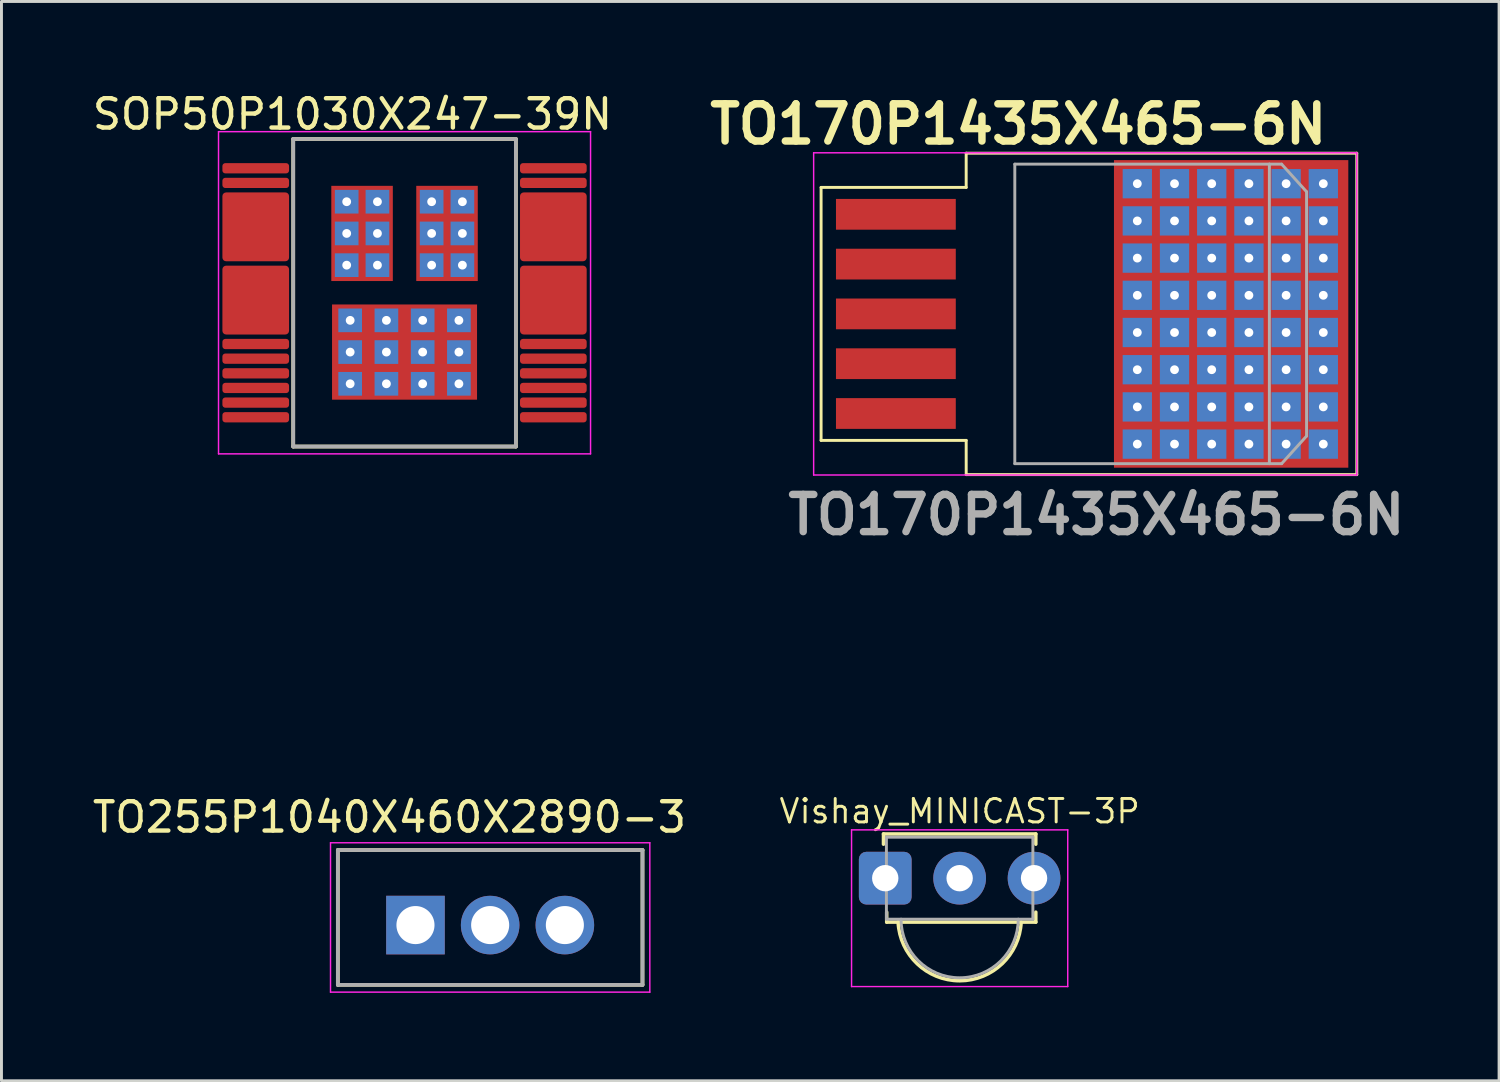
<source format=kicad_pcb>
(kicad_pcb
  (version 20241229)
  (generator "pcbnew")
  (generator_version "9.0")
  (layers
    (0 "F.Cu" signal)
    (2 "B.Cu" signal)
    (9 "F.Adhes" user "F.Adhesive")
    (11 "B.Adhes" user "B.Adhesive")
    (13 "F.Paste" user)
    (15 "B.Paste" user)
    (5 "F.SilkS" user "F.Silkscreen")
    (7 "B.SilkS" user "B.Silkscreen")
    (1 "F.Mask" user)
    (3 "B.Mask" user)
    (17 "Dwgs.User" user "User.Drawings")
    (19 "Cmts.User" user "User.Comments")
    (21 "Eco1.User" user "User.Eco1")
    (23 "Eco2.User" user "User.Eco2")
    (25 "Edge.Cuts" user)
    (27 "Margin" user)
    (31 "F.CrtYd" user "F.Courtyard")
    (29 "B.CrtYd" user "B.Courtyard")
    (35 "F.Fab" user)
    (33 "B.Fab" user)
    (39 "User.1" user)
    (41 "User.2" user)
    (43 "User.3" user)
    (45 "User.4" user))
  (footprint "TO255P1040X460X2890-3"
    (layer "F.Cu")
    (at 11.133 28.53)
    (property "Reference" "TO255P1040X460X2890-3" (at -0.889 -3.683 0) (layer "F.SilkS") (effects (font (size 1 1) (thickness 0.15))))
    (attr through_hole)
    (fp_line (start -2.65 -2.56) (end 7.75 -2.56) (stroke (width 0.127) (type solid)) (layer "F.SilkS"))
    (fp_line (start -2.65 2.04) (end -2.65 -2.56) (stroke (width 0.127) (type solid)) (layer "F.SilkS"))
    (fp_line (start 7.75 -2.56) (end 7.75 2.04) (stroke (width 0.127) (type solid)) (layer "F.SilkS"))
    (fp_line (start 7.75 2.04) (end -2.65 2.04) (stroke (width 0.127) (type solid)) (layer "F.SilkS"))
    (fp_line (start -2.9 -2.81) (end -2.9 2.29) (stroke (width 0.05) (type solid)) (layer "F.CrtYd"))
    (fp_line (start -2.9 2.29) (end 8 2.29) (stroke (width 0.05) (type solid)) (layer "F.CrtYd"))
    (fp_line (start 8 -2.81) (end -2.9 -2.81) (stroke (width 0.05) (type solid)) (layer "F.CrtYd"))
    (fp_line (start 8 2.29) (end 8 -2.81) (stroke (width 0.05) (type solid)) (layer "F.CrtYd"))
    (fp_line (start -2.65 -2.56) (end 7.75 -2.56) (stroke (width 0.127) (type solid)) (layer "F.Fab"))
    (fp_line (start -2.65 2.04) (end -2.65 -2.56) (stroke (width 0.127) (type solid)) (layer "F.Fab"))
    (fp_line (start 7.75 -2.56) (end 7.75 2.04) (stroke (width 0.127) (type solid)) (layer "F.Fab"))
    (fp_line (start 7.75 2.04) (end -2.65 2.04) (stroke (width 0.127) (type solid)) (layer "F.Fab"))
    (pad "1" thru_hole rect (at 0 0) (size 2 2) (drill 1.3) (layers "*.Cu" "*.Mask"))
    (pad "2" thru_hole circle (at 2.55 0) (size 2 2) (drill 1.3) (layers "*.Cu" "*.Mask"))
    (pad "3" thru_hole circle (at 5.1 0) (size 2 2) (drill 1.3) (layers "*.Cu" "*.Mask")))
  (footprint "SOP50P1030X247-39N"
    (layer "F.Cu")
    (at 10.76 6.944)
    (property "Reference" "SOP50P1030X247-39N" (at -1.778 -6.096 0) (layer "F.SilkS") (effects (font (size 1 1) (thickness 0.15))))
    (attr smd)
    (fp_line (start -3.8 -5.25) (end -3.8 5.25) (stroke (width 0.127) (type solid)) (layer "F.SilkS"))
    (fp_line (start -3.8 -5.25) (end 3.8 -5.25) (stroke (width 0.127) (type solid)) (layer "F.SilkS"))
    (fp_line (start -3.8 5.25) (end 3.8 5.25) (stroke (width 0.127) (type solid)) (layer "F.SilkS"))
    (fp_line (start 3.8 5.25) (end 3.8 -5.25) (stroke (width 0.127) (type solid)) (layer "F.SilkS"))
    (fp_poly (pts (xy -2.192 -3.174) (xy -0.708 -3.174) (xy -0.708 -0.876) (xy -2.192 -0.876)) (stroke (width 0.01) (type solid)) (fill yes) (layer "F.Paste"))
    (fp_poly (pts (xy -1.75 0.876) (xy 1.75 0.876) (xy 1.75 3.174) (xy -1.75 3.174)) (stroke (width 0.01) (type solid)) (fill yes) (layer "F.Paste"))
    (fp_poly (pts (xy 0.708 -3.174) (xy 2.192 -3.174) (xy 2.192 -0.876) (xy 0.708 -0.876)) (stroke (width 0.01) (type solid)) (fill yes) (layer "F.Paste"))
    (fp_line (start -6.35 -5.5) (end -6.35 5.5) (stroke (width 0.05) (type solid)) (layer "F.CrtYd"))
    (fp_line (start -6.35 -5.5) (end 6.35 -5.5) (stroke (width 0.05) (type solid)) (layer "F.CrtYd"))
    (fp_line (start -6.35 5.5) (end 6.35 5.5) (stroke (width 0.05) (type solid)) (layer "F.CrtYd"))
    (fp_line (start 6.35 -5.5) (end 6.35 5.5) (stroke (width 0.05) (type solid)) (layer "F.CrtYd"))
    (fp_line (start -3.8 -5.25) (end -3.8 5.25) (stroke (width 0.127) (type solid)) (layer "F.Fab"))
    (fp_line (start -3.8 -5.25) (end 3.8 -5.25) (stroke (width 0.127) (type solid)) (layer "F.Fab"))
    (fp_line (start -3.8 5.25) (end 3.8 5.25) (stroke (width 0.127) (type solid)) (layer "F.Fab"))
    (fp_line (start 3.8 -5.25) (end 3.8 5.25) (stroke (width 0.127) (type solid)) (layer "F.Fab"))
    (pad "" smd roundrect (at -5.08 0.25) (size 2.276 2.35) (layers "F.Cu" "F.Mask" "F.Paste") (roundrect_rratio 0.056))
    (pad "" smd roundrect (at 5.08 0.25) (size 2.276 2.35) (layers "F.Cu" "F.Mask" "F.Paste") (roundrect_rratio 0.056))
    (pad "2" smd roundrect (at -5.08 -3.75) (size 2.276 0.35) (layers "F.Cu" "F.Mask" "F.Paste") (roundrect_rratio 0.286))
    (pad "13" smd roundrect (at -5.08 1.75) (size 2.276 0.35) (layers "F.Cu" "F.Mask" "F.Paste") (roundrect_rratio 0.286))
    (pad "14" smd roundrect (at -5.08 2.25) (size 2.276 0.35) (layers "F.Cu" "F.Mask" "F.Paste") (roundrect_rratio 0.286))
    (pad "15" smd roundrect (at -5.08 2.75) (size 2.276 0.35) (layers "F.Cu" "F.Mask" "F.Paste") (roundrect_rratio 0.286))
    (pad "16" smd roundrect (at -5.08 3.25) (size 2.276 0.35) (layers "F.Cu" "F.Mask" "F.Paste") (roundrect_rratio 0.286))
    (pad "17" smd roundrect (at -5.08 3.75) (size 2.276 0.35) (layers "F.Cu" "F.Mask" "F.Paste") (roundrect_rratio 0.286))
    (pad "18" smd roundrect (at -5.08 4.25) (size 2.276 0.35) (layers "F.Cu" "F.Mask" "F.Paste") (roundrect_rratio 0.286))
    (pad "19" smd roundrect (at 5.08 4.25) (size 2.276 0.35) (layers "F.Cu" "F.Mask" "F.Paste") (roundrect_rratio 0.286))
    (pad "20" smd roundrect (at 5.08 3.75) (size 2.276 0.35) (layers "F.Cu" "F.Mask" "F.Paste") (roundrect_rratio 0.286))
    (pad "21" smd roundrect (at 5.08 3.25) (size 2.276 0.35) (layers "F.Cu" "F.Mask" "F.Paste") (roundrect_rratio 0.286))
    (pad "22" smd roundrect (at 5.08 2.75) (size 2.276 0.35) (layers "F.Cu" "F.Mask" "F.Paste") (roundrect_rratio 0.286))
    (pad "23" smd roundrect (at 5.08 2.25) (size 2.276 0.35) (layers "F.Cu" "F.Mask" "F.Paste") (roundrect_rratio 0.286))
    (pad "24" smd roundrect (at 5.08 1.75) (size 2.276 0.35) (layers "F.Cu" "F.Mask" "F.Paste") (roundrect_rratio 0.286))
    (pad "35" smd roundrect (at 5.08 -3.75) (size 2.276 0.35) (layers "F.Cu" "F.Mask" "F.Paste") (roundrect_rratio 0.286))
    (pad "37" thru_hole rect (at 0.925 -3.108) (size 0.808 0.808) (drill 0.3) (layers "*.Cu" "*.Mask"))
    (pad "37" thru_hole rect (at 0.925 -2.025) (size 0.808 0.808) (drill 0.3) (layers "*.Cu" "*.Mask"))
    (pad "37" thru_hole rect (at 0.925 -0.942) (size 0.808 0.808) (drill 0.3) (layers "*.Cu" "*.Mask"))
    (pad "37" smd rect (at 1.45 -2.025 180) (size 2.1 3.25) (layers "F.Cu" "F.Mask"))
    (pad "37" thru_hole rect (at 1.975 -3.108) (size 0.808 0.808) (drill 0.3) (layers "*.Cu" "*.Mask"))
    (pad "37" thru_hole rect (at 1.975 -2.025) (size 0.808 0.808) (drill 0.3) (layers "*.Cu" "*.Mask"))
    (pad "37" thru_hole rect (at 1.975 -0.942) (size 0.808 0.808) (drill 0.3) (layers "*.Cu" "*.Mask"))
    (pad "38" thru_hole rect (at -1.975 -3.108) (size 0.808 0.808) (drill 0.3) (layers "*.Cu" "*.Mask"))
    (pad "38" thru_hole rect (at -1.975 -2.025) (size 0.808 0.808) (drill 0.3) (layers "*.Cu" "*.Mask"))
    (pad "38" thru_hole rect (at -1.975 -0.942) (size 0.808 0.808) (drill 0.3) (layers "*.Cu" "*.Mask"))
    (pad "38" smd rect (at -1.45 -2.025 180) (size 2.1 3.25) (layers "F.Cu" "F.Mask"))
    (pad "38" thru_hole rect (at -0.925 -3.108) (size 0.808 0.808) (drill 0.3) (layers "*.Cu" "*.Mask"))
    (pad "38" thru_hole rect (at -0.925 -2.025) (size 0.808 0.808) (drill 0.3) (layers "*.Cu" "*.Mask"))
    (pad "38" thru_hole rect (at -0.925 -0.942) (size 0.808 0.808) (drill 0.3) (layers "*.Cu" "*.Mask"))
    (pad "39" thru_hole rect (at -1.856 0.942) (size 0.808 0.808) (drill 0.3) (layers "*.Cu" "*.Mask"))
    (pad "39" thru_hole rect (at -1.856 2.025) (size 0.808 0.808) (drill 0.3) (layers "*.Cu" "*.Mask"))
    (pad "39" thru_hole rect (at -1.856 3.108) (size 0.808 0.808) (drill 0.3) (layers "*.Cu" "*.Mask"))
    (pad "39" thru_hole rect (at -0.619 0.942) (size 0.808 0.808) (drill 0.3) (layers "*.Cu" "*.Mask"))
    (pad "39" thru_hole rect (at -0.619 2.025) (size 0.808 0.808) (drill 0.3) (layers "*.Cu" "*.Mask"))
    (pad "39" thru_hole rect (at -0.619 3.108) (size 0.808 0.808) (drill 0.3) (layers "*.Cu" "*.Mask"))
    (pad "39" smd rect (at 0 2.025 180) (size 4.95 3.25) (layers "F.Cu" "F.Mask"))
    (pad "39" thru_hole rect (at 0.619 0.942) (size 0.808 0.808) (drill 0.3) (layers "*.Cu" "*.Mask"))
    (pad "39" thru_hole rect (at 0.619 2.025) (size 0.808 0.808) (drill 0.3) (layers "*.Cu" "*.Mask"))
    (pad "39" thru_hole rect (at 0.619 3.108) (size 0.808 0.808) (drill 0.3) (layers "*.Cu" "*.Mask"))
    (pad "39" thru_hole rect (at 1.856 0.942) (size 0.808 0.808) (drill 0.3) (layers "*.Cu" "*.Mask"))
    (pad "39" thru_hole rect (at 1.856 2.025) (size 0.808 0.808) (drill 0.3) (layers "*.Cu" "*.Mask"))
    (pad "39" thru_hole rect (at 1.856 3.108) (size 0.808 0.808) (drill 0.3) (layers "*.Cu" "*.Mask"))
    (pad "GND" smd roundrect (at -5.08 -4.25) (size 2.276 0.35) (layers "F.Cu" "F.Mask" "F.Paste") (roundrect_rratio 0.286))
    (pad "GND" smd roundrect (at -5.08 -2.25) (size 2.276 2.35) (layers "F.Cu" "F.Mask" "F.Paste") (roundrect_rratio 0.056))
    (pad "GND" smd roundrect (at 5.08 -4.25) (size 2.276 0.35) (layers "F.Cu" "F.Mask" "F.Paste") (roundrect_rratio 0.286))
    (pad "GND" smd roundrect (at 5.08 -2.25) (size 2.276 2.35) (layers "F.Cu" "F.Mask" "F.Paste") (roundrect_rratio 0.056)))
  (footprint "Vishay_MINICAST-3P"
    (layer "F.Cu")
    (at 29.71 26.929)
    (property "Reference" "Vishay_MINICAST-3P" (at 0 -2.286 0) (unlocked yes) (layer "F.SilkS") (effects (font (size 0.8 0.8) (thickness 0.1))))
    (attr smd)
    (fp_line (start -2.6 -1.51) (end 2.6 -1.51) (stroke (width 0.12) (type solid)) (layer "F.SilkS"))
    (fp_line (start -2.6 -1.16) (end -2.6 -1.51) (stroke (width 0.12) (type solid)) (layer "F.SilkS"))
    (fp_line (start -2.49 1.16) (end -2.49 1.5) (stroke (width 0.12) (type solid)) (layer "F.SilkS"))
    (fp_line (start 2.6 -1.16) (end 2.6 -1.51) (stroke (width 0.12) (type solid)) (layer "F.SilkS"))
    (fp_line (start 2.6 1.16) (end 2.6 1.5) (stroke (width 0.12) (type solid)) (layer "F.SilkS"))
    (fp_line (start 2.6 1.5) (end -2.49 1.5) (stroke (width 0.12) (type solid)) (layer "F.SilkS"))
    (fp_arc (start 2.1 1.5) (mid 0.000869 3.502379) (end -2.099917 1.501736) (stroke (width 0.12) (type solid)) (layer "F.SilkS"))
    (fp_line (start -3.69 -1.65) (end -3.69 3.7) (stroke (width 0.05) (type solid)) (layer "F.CrtYd"))
    (fp_line (start -3.69 -1.65) (end 3.69 -1.65) (stroke (width 0.05) (type solid)) (layer "F.CrtYd"))
    (fp_line (start 3.69 3.7) (end -3.69 3.7) (stroke (width 0.05) (type solid)) (layer "F.CrtYd"))
    (fp_line (start 3.69 3.7) (end 3.69 -1.65) (stroke (width 0.05) (type solid)) (layer "F.CrtYd"))
    (fp_line (start -2.5 -1.4) (end -2.5 1.4) (stroke (width 0.1) (type solid)) (layer "F.Fab"))
    (fp_line (start -2.5 -1.4) (end 2.5 -1.4) (stroke (width 0.1) (type solid)) (layer "F.Fab"))
    (fp_line (start 2.5 -1.4) (end 2.5 1.4) (stroke (width 0.1) (type solid)) (layer "F.Fab"))
    (fp_line (start 2.5 1.4) (end -2.5 1.4) (stroke (width 0.1) (type solid)) (layer "F.Fab"))
    (fp_arc (start 2 1.4) (mid 0 3.4) (end -2 1.4) (stroke (width 0.1) (type solid)) (layer "F.Fab"))
    (pad "1" thru_hole roundrect (at -2.54 0) (size 1.8 1.8) (drill 0.9) (layers "*.Cu" "*.Mask") (roundrect_rratio 0.139))
    (pad "2" thru_hole circle (at 0 0) (size 1.8 1.8) (drill 0.9) (layers "*.Cu" "*.Mask"))
    (pad "3" thru_hole circle (at 2.54 0) (size 1.8 1.8) (drill 0.9) (layers "*.Cu" "*.Mask")))
  (footprint "TO170P1435X465-6N"
    (layer "F.Cu")
    (at 34.378 7.666)
    (property "Reference" "TO170P1435X465-6N" (at -2.667 -6.477 0) (layer "F.SilkS") (effects (font (size 1.27 1.27) (thickness 0.254))))
    (attr smd)
    (fp_line (start -9.398 4.318) (end -9.398 -4.318) (stroke (width 0.1) (type default)) (layer "F.SilkS"))
    (fp_line (start -4.445 -5.486) (end -4.445 -4.318) (stroke (width 0.1) (type solid)) (layer "F.SilkS"))
    (fp_line (start -4.445 -4.318) (end -9.398 -4.318) (stroke (width 0.1) (type default)) (layer "F.SilkS"))
    (fp_line (start -4.445 4.318) (end -9.398 4.318) (stroke (width 0.1) (type default)) (layer "F.SilkS"))
    (fp_line (start -4.445 4.318) (end -4.444 5.486) (stroke (width 0.1) (type solid)) (layer "F.SilkS"))
    (fp_line (start 8.889 -5.486) (end -4.445 -5.486) (stroke (width 0.1) (type solid)) (layer "F.SilkS"))
    (fp_line (start 8.89 5.486) (end -4.444 5.486) (stroke (width 0.1) (type solid)) (layer "F.SilkS"))
    (fp_line (start 8.89 5.486) (end 8.889 -5.486) (stroke (width 0.1) (type solid)) (layer "F.SilkS"))
    (fp_line (start -9.652 -5.5) (end -9.652 5.5) (stroke (width 0.05) (type solid)) (layer "F.CrtYd"))
    (fp_line (start -9.652 5.5) (end 8.89 5.5) (stroke (width 0.05) (type solid)) (layer "F.CrtYd"))
    (fp_line (start -2.885 -5.205) (end -2.885 5.205) (stroke (width 0.001) (type solid)) (layer "F.CrtYd"))
    (fp_line (start -2.885 5.205) (end 6.005 5.205) (stroke (width 0.001) (type solid)) (layer "F.CrtYd"))
    (fp_line (start 6.005 -5.205) (end -2.885 -5.205) (stroke (width 0.001) (type solid)) (layer "F.CrtYd"))
    (fp_line (start 6.005 5.205) (end 6.005 -5.205) (stroke (width 0.001) (type solid)) (layer "F.CrtYd"))
    (fp_line (start 6.005 7.237) (end 6.005 -3.173) (stroke (width 0.001) (type solid)) (layer "F.CrtYd"))
    (fp_line (start 6.005 9.269) (end 6.005 -1.141) (stroke (width 0.001) (type solid)) (layer "F.CrtYd"))
    (fp_line (start 6.005 11.301) (end 6.005 0.891) (stroke (width 0.001) (type solid)) (layer "F.CrtYd"))
    (fp_line (start 6.005 13.333) (end 6.005 2.923) (stroke (width 0.001) (type solid)) (layer "F.CrtYd"))
    (fp_line (start 8.89 -5.5) (end -9.652 -5.5) (stroke (width 0.05) (type solid)) (layer "F.CrtYd"))
    (fp_line (start 8.89 5.5) (end 8.89 -5.5) (stroke (width 0.05) (type solid)) (layer "F.CrtYd"))
    (fp_line (start -2.785 -5.112) (end -2.785 5.112) (stroke (width 0.1) (type solid)) (layer "F.Fab"))
    (fp_line (start -2.785 5.112) (end 5.905 5.112) (stroke (width 0.1) (type solid)) (layer "F.Fab"))
    (fp_line (start 5.905 -5.112) (end -2.785 -5.112) (stroke (width 0.1) (type solid)) (layer "F.Fab"))
    (fp_line (start 5.905 5.112) (end 5.905 -5.112) (stroke (width 0.1) (type solid)) (layer "F.Fab"))
    (fp_line (start 5.905 5.112) (end 6.324 5.112) (stroke (width 0.1) (type solid)) (layer "F.Fab"))
    (fp_line (start 6.324 -5.112) (end 5.905 -5.112) (stroke (width 0.1) (type solid)) (layer "F.Fab"))
    (fp_line (start 6.324 5.112) (end 7.175 4.17) (stroke (width 0.1) (type solid)) (layer "F.Fab"))
    (fp_line (start 7.175 -4.17) (end 6.324 -5.112) (stroke (width 0.1) (type solid)) (layer "F.Fab"))
    (fp_line (start 7.175 4.17) (end 7.175 -4.17) (stroke (width 0.1) (type solid)) (layer "F.Fab"))
    (fp_text user "${REFERENCE}" (at 0 6.858 0) (layer "F.Fab") (effects (font (size 1.27 1.27) (thickness 0.254))))
    (pad "1" smd rect (at -6.845 -3.4 90) (size 1.05 4.09) (layers "F.Cu" "F.Mask" "F.Paste"))
    (pad "2" smd rect (at -6.845 -1.7 90) (size 1.05 4.09) (layers "F.Cu" "F.Mask" "F.Paste"))
    (pad "3" smd rect (at -6.845 0 90) (size 1.05 4.09) (layers "F.Cu" "F.Mask" "F.Paste"))
    (pad "4" smd rect (at -6.845 1.7 90) (size 1.05 4.09) (layers "F.Cu" "F.Mask" "F.Paste"))
    (pad "5" smd rect (at -6.845 3.4 90) (size 1.05 4.09) (layers "F.Cu" "F.Mask" "F.Paste"))
    (pad "6" thru_hole rect (at 1.397 -4.445) (size 1 1) (drill 0.3) (layers "*.Cu" "*.Mask"))
    (pad "6" thru_hole rect (at 1.397 -3.175) (size 1 1) (drill 0.3) (layers "*.Cu" "*.Mask"))
    (pad "6" thru_hole rect (at 1.397 -1.905) (size 1 1) (drill 0.3) (layers "*.Cu" "*.Mask"))
    (pad "6" thru_hole rect (at 1.397 -0.635) (size 1 1) (drill 0.3) (layers "*.Cu" "*.Mask"))
    (pad "6" thru_hole rect (at 1.397 0.635) (size 1 1) (drill 0.3) (layers "*.Cu" "*.Mask"))
    (pad "6" thru_hole rect (at 1.397 1.905) (size 1 1) (drill 0.3) (layers "*.Cu" "*.Mask"))
    (pad "6" thru_hole rect (at 1.397 3.175) (size 1 1) (drill 0.3) (layers "*.Cu" "*.Mask"))
    (pad "6" thru_hole rect (at 1.397 4.445) (size 1 1) (drill 0.3) (layers "*.Cu" "*.Mask"))
    (pad "6" thru_hole rect (at 2.667 -4.445) (size 1 1) (drill 0.3) (layers "*.Cu" "*.Mask"))
    (pad "6" thru_hole rect (at 2.667 -3.175) (size 1 1) (drill 0.3) (layers "*.Cu" "*.Mask"))
    (pad "6" thru_hole rect (at 2.667 -1.905) (size 1 1) (drill 0.3) (layers "*.Cu" "*.Mask"))
    (pad "6" thru_hole rect (at 2.667 -0.635) (size 1 1) (drill 0.3) (layers "*.Cu" "*.Mask"))
    (pad "6" thru_hole rect (at 2.667 0.635) (size 1 1) (drill 0.3) (layers "*.Cu" "*.Mask"))
    (pad "6" thru_hole rect (at 2.667 1.905) (size 1 1) (drill 0.3) (layers "*.Cu" "*.Mask"))
    (pad "6" thru_hole rect (at 2.667 3.175) (size 1 1) (drill 0.3) (layers "*.Cu" "*.Mask"))
    (pad "6" thru_hole rect (at 2.667 4.445) (size 1 1) (drill 0.3) (layers "*.Cu" "*.Mask"))
    (pad "6" thru_hole rect (at 3.937 -4.445) (size 1 1) (drill 0.3) (layers "*.Cu" "*.Mask"))
    (pad "6" thru_hole rect (at 3.937 -3.175) (size 1 1) (drill 0.3) (layers "*.Cu" "*.Mask"))
    (pad "6" thru_hole rect (at 3.937 -1.905) (size 1 1) (drill 0.3) (layers "*.Cu" "*.Mask"))
    (pad "6" thru_hole rect (at 3.937 -0.635) (size 1 1) (drill 0.3) (layers "*.Cu" "*.Mask"))
    (pad "6" thru_hole rect (at 3.937 0.635) (size 1 1) (drill 0.3) (layers "*.Cu" "*.Mask"))
    (pad "6" thru_hole rect (at 3.937 1.905) (size 1 1) (drill 0.3) (layers "*.Cu" "*.Mask"))
    (pad "6" thru_hole rect (at 3.937 3.175) (size 1 1) (drill 0.3) (layers "*.Cu" "*.Mask"))
    (pad "6" thru_hole rect (at 3.937 4.445) (size 1 1) (drill 0.3) (layers "*.Cu" "*.Mask"))
    (pad "6" smd rect (at 4.6 0 90) (size 10.5 8) (layers "F.Cu" "F.Mask" "F.Paste"))
    (pad "6" thru_hole rect (at 5.207 -4.445) (size 1 1) (drill 0.3) (layers "*.Cu" "*.Mask"))
    (pad "6" thru_hole rect (at 5.207 -3.175) (size 1 1) (drill 0.3) (layers "*.Cu" "*.Mask"))
    (pad "6" thru_hole rect (at 5.207 -1.905) (size 1 1) (drill 0.3) (layers "*.Cu" "*.Mask"))
    (pad "6" thru_hole rect (at 5.207 -0.635) (size 1 1) (drill 0.3) (layers "*.Cu" "*.Mask"))
    (pad "6" thru_hole rect (at 5.207 0.635) (size 1 1) (drill 0.3) (layers "*.Cu" "*.Mask"))
    (pad "6" thru_hole rect (at 5.207 1.905) (size 1 1) (drill 0.3) (layers "*.Cu" "*.Mask"))
    (pad "6" thru_hole rect (at 5.207 3.175) (size 1 1) (drill 0.3) (layers "*.Cu" "*.Mask"))
    (pad "6" thru_hole rect (at 5.207 4.445) (size 1 1) (drill 0.3) (layers "*.Cu" "*.Mask"))
    (pad "6" thru_hole rect (at 6.477 -4.445) (size 1 1) (drill 0.3) (layers "*.Cu" "*.Mask"))
    (pad "6" thru_hole rect (at 6.477 -3.175) (size 1 1) (drill 0.3) (layers "*.Cu" "*.Mask"))
    (pad "6" thru_hole rect (at 6.477 -1.905) (size 1 1) (drill 0.3) (layers "*.Cu" "*.Mask"))
    (pad "6" thru_hole rect (at 6.477 -0.635) (size 1 1) (drill 0.3) (layers "*.Cu" "*.Mask"))
    (pad "6" thru_hole rect (at 6.477 0.635) (size 1 1) (drill 0.3) (layers "*.Cu" "*.Mask"))
    (pad "6" thru_hole rect (at 6.477 1.905) (size 1 1) (drill 0.3) (layers "*.Cu" "*.Mask"))
    (pad "6" thru_hole rect (at 6.477 3.175) (size 1 1) (drill 0.3) (layers "*.Cu" "*.Mask"))
    (pad "6" thru_hole rect (at 6.477 4.445) (size 1 1) (drill 0.3) (layers "*.Cu" "*.Mask"))
    (pad "6" thru_hole rect (at 7.747 -4.445) (size 1 1) (drill 0.3) (layers "*.Cu" "*.Mask"))
    (pad "6" thru_hole rect (at 7.747 -3.175) (size 1 1) (drill 0.3) (layers "*.Cu" "*.Mask"))
    (pad "6" thru_hole rect (at 7.747 -1.905) (size 1 1) (drill 0.3) (layers "*.Cu" "*.Mask"))
    (pad "6" thru_hole rect (at 7.747 -0.635) (size 1 1) (drill 0.3) (layers "*.Cu" "*.Mask"))
    (pad "6" thru_hole rect (at 7.747 0.635) (size 1 1) (drill 0.3) (layers "*.Cu" "*.Mask"))
    (pad "6" thru_hole rect (at 7.747 1.905) (size 1 1) (drill 0.3) (layers "*.Cu" "*.Mask"))
    (pad "6" thru_hole rect (at 7.747 3.175) (size 1 1) (drill 0.3) (layers "*.Cu" "*.Mask"))
    (pad "6" thru_hole rect (at 7.747 4.445) (size 1 1) (drill 0.3) (layers "*.Cu" "*.Mask")))
  (gr_rect
    (start -3 -3)
    (end 48.125 33.845)
    (stroke (width 0.1) (type default))
    (fill no)
    (layer "Edge.Cuts")))
</source>
